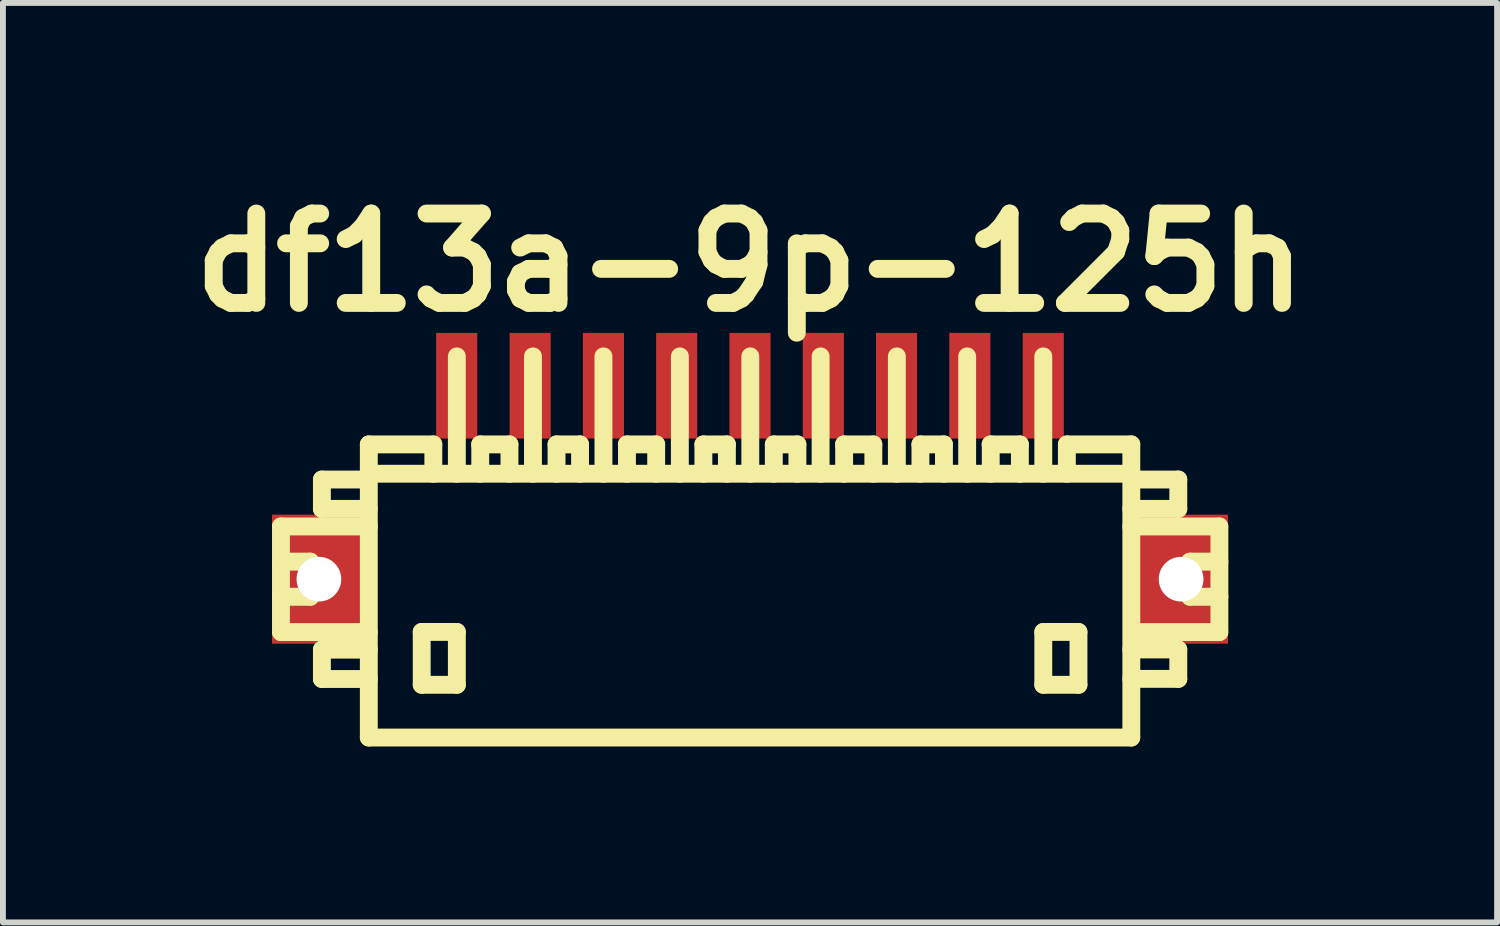
<source format=kicad_pcb>
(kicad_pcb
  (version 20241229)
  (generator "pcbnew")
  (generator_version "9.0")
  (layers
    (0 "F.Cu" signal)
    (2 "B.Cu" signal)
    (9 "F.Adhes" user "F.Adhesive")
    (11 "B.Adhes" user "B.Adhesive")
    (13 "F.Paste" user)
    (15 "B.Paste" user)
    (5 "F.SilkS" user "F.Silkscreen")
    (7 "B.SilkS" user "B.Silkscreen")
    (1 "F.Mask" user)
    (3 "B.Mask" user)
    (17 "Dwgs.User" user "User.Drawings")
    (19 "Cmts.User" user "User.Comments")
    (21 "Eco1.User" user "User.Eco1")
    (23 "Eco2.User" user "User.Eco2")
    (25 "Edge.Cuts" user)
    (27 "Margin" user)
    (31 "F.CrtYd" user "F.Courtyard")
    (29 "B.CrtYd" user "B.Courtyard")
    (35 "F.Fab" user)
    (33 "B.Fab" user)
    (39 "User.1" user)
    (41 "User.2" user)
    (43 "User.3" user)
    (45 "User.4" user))
  (footprint "df13a-9p-125h"
    (layer "F.Cu")
    (at 9.739 7.027)
    (property "Reference" "df13a-9p-125h" (at 0 -5.601 0) (layer "F.SilkS") (effects (font (size 1.524 1.524) (thickness 0.305))))
    (attr through_hole)
    (fp_line (start -7.998 -1.1) (end -7.998 0.701) (stroke (width 0.305) (type solid)) (layer "F.SilkS"))
    (fp_line (start -7.998 0.701) (end -6.5 0.701) (stroke (width 0.305) (type solid)) (layer "F.SilkS"))
    (fp_line (start -7.498 -0.5) (end -7.998 -0.5) (stroke (width 0.305) (type solid)) (layer "F.SilkS"))
    (fp_line (start -7.498 0.099) (end -7.998 0.099) (stroke (width 0.305) (type solid)) (layer "F.SilkS"))
    (fp_line (start -7.498 0.099) (end -7.498 -0.5) (stroke (width 0.305) (type solid)) (layer "F.SilkS"))
    (fp_line (start -7.3 -1.9) (end -7.3 -1.4) (stroke (width 0.305) (type solid)) (layer "F.SilkS"))
    (fp_line (start -7.3 -1.9) (end -6.5 -1.9) (stroke (width 0.305) (type solid)) (layer "F.SilkS"))
    (fp_line (start -7.3 1.001) (end -7.3 1.501) (stroke (width 0.305) (type solid)) (layer "F.SilkS"))
    (fp_line (start -7.3 1.501) (end -6.5 1.501) (stroke (width 0.305) (type solid)) (layer "F.SilkS"))
    (fp_line (start -6.5 -1.999) (end 6.5 -1.999) (stroke (width 0.305) (type solid)) (layer "F.SilkS"))
    (fp_line (start -6.5 -1.4) (end -7.3 -1.4) (stroke (width 0.305) (type solid)) (layer "F.SilkS"))
    (fp_line (start -6.5 -1.1) (end -7.998 -1.1) (stroke (width 0.305) (type solid)) (layer "F.SilkS"))
    (fp_line (start -6.5 1.001) (end -7.3 1.001) (stroke (width 0.305) (type solid)) (layer "F.SilkS"))
    (fp_line (start -6.5 2.499) (end -6.5 -2.499) (stroke (width 0.305) (type solid)) (layer "F.SilkS"))
    (fp_line (start -5.598 0.699) (end -5.598 1.6) (stroke (width 0.305) (type solid)) (layer "F.SilkS"))
    (fp_line (start -5.598 1.6) (end -4.999 1.6) (stroke (width 0.305) (type solid)) (layer "F.SilkS"))
    (fp_line (start -5.4 -2.499) (end -6.5 -2.499) (stroke (width 0.305) (type solid)) (layer "F.SilkS"))
    (fp_line (start -5.4 -2.499) (end -5.4 -1.999) (stroke (width 0.305) (type solid)) (layer "F.SilkS"))
    (fp_line (start -4.999 -4) (end -4.999 -1.999) (stroke (width 0.305) (type solid)) (layer "F.SilkS"))
    (fp_line (start -4.999 0.699) (end -5.598 0.699) (stroke (width 0.305) (type solid)) (layer "F.SilkS"))
    (fp_line (start -4.999 1.6) (end -4.999 0.699) (stroke (width 0.305) (type solid)) (layer "F.SilkS"))
    (fp_line (start -4.602 -2.499) (end -4.102 -2.499) (stroke (width 0.305) (type solid)) (layer "F.SilkS"))
    (fp_line (start -4.6 -1.999) (end -4.6 -2.499) (stroke (width 0.305) (type solid)) (layer "F.SilkS"))
    (fp_line (start -4.102 -2.499) (end -4.102 -1.999) (stroke (width 0.305) (type solid)) (layer "F.SilkS"))
    (fp_line (start -3.701 -1.999) (end -3.701 -4) (stroke (width 0.305) (type solid)) (layer "F.SilkS"))
    (fp_line (start -3.299 -2.499) (end -3.299 -1.999) (stroke (width 0.305) (type solid)) (layer "F.SilkS"))
    (fp_line (start -2.898 -2.499) (end -3.299 -2.499) (stroke (width 0.305) (type solid)) (layer "F.SilkS"))
    (fp_line (start -2.898 -2.499) (end -2.898 -1.999) (stroke (width 0.305) (type solid)) (layer "F.SilkS"))
    (fp_line (start -2.499 -1.999) (end -2.499 -4) (stroke (width 0.305) (type solid)) (layer "F.SilkS"))
    (fp_line (start -2.101 -2.499) (end -1.6 -2.499) (stroke (width 0.305) (type solid)) (layer "F.SilkS"))
    (fp_line (start -2.098 -1.999) (end -2.098 -2.499) (stroke (width 0.305) (type solid)) (layer "F.SilkS"))
    (fp_line (start -1.6 -2.499) (end -1.6 -1.999) (stroke (width 0.305) (type solid)) (layer "F.SilkS"))
    (fp_line (start -1.196 -1.999) (end -1.196 -4) (stroke (width 0.305) (type solid)) (layer "F.SilkS"))
    (fp_line (start -0.795 -2.499) (end -0.795 -1.999) (stroke (width 0.305) (type solid)) (layer "F.SilkS"))
    (fp_line (start -0.394 -2.499) (end -0.795 -2.499) (stroke (width 0.305) (type solid)) (layer "F.SilkS"))
    (fp_line (start -0.394 -2.499) (end -0.394 -1.999) (stroke (width 0.305) (type solid)) (layer "F.SilkS"))
    (fp_line (start 0.005 -1.999) (end 0.005 -4) (stroke (width 0.305) (type solid)) (layer "F.SilkS"))
    (fp_line (start 0.406 -2.499) (end 0.406 -1.999) (stroke (width 0.305) (type solid)) (layer "F.SilkS"))
    (fp_line (start 0.808 -2.499) (end 0.406 -2.499) (stroke (width 0.305) (type solid)) (layer "F.SilkS"))
    (fp_line (start 0.808 -2.499) (end 0.808 -1.999) (stroke (width 0.305) (type solid)) (layer "F.SilkS"))
    (fp_line (start 1.204 -1.999) (end 1.204 -4) (stroke (width 0.305) (type solid)) (layer "F.SilkS"))
    (fp_line (start 1.603 -2.499) (end 2.103 -2.499) (stroke (width 0.305) (type solid)) (layer "F.SilkS"))
    (fp_line (start 1.605 -1.999) (end 1.605 -2.499) (stroke (width 0.305) (type solid)) (layer "F.SilkS"))
    (fp_line (start 2.103 -2.499) (end 2.103 -1.999) (stroke (width 0.305) (type solid)) (layer "F.SilkS"))
    (fp_line (start 2.504 -1.999) (end 2.504 -4) (stroke (width 0.305) (type solid)) (layer "F.SilkS"))
    (fp_line (start 2.906 -2.499) (end 2.906 -1.999) (stroke (width 0.305) (type solid)) (layer "F.SilkS"))
    (fp_line (start 3.307 -2.499) (end 2.906 -2.499) (stroke (width 0.305) (type solid)) (layer "F.SilkS"))
    (fp_line (start 3.307 -2.499) (end 3.307 -1.999) (stroke (width 0.305) (type solid)) (layer "F.SilkS"))
    (fp_line (start 3.703 -1.999) (end 3.703 -4) (stroke (width 0.305) (type solid)) (layer "F.SilkS"))
    (fp_line (start 4.102 -2.499) (end 4.602 -2.499) (stroke (width 0.305) (type solid)) (layer "F.SilkS"))
    (fp_line (start 4.105 -1.999) (end 4.105 -2.499) (stroke (width 0.305) (type solid)) (layer "F.SilkS"))
    (fp_line (start 4.602 -2.499) (end 4.602 -1.999) (stroke (width 0.305) (type solid)) (layer "F.SilkS"))
    (fp_line (start 5.001 -1.999) (end 5.001 -4) (stroke (width 0.305) (type solid)) (layer "F.SilkS"))
    (fp_line (start 5.001 0.699) (end 5.601 0.699) (stroke (width 0.305) (type solid)) (layer "F.SilkS"))
    (fp_line (start 5.001 1.6) (end 5.001 0.699) (stroke (width 0.305) (type solid)) (layer "F.SilkS"))
    (fp_line (start 5.403 -2.499) (end 5.403 -1.999) (stroke (width 0.305) (type solid)) (layer "F.SilkS"))
    (fp_line (start 5.601 0.699) (end 5.601 1.6) (stroke (width 0.305) (type solid)) (layer "F.SilkS"))
    (fp_line (start 5.601 1.6) (end 5.001 1.6) (stroke (width 0.305) (type solid)) (layer "F.SilkS"))
    (fp_line (start 6.5 2.499) (end -6.5 2.499) (stroke (width 0.305) (type solid)) (layer "F.SilkS"))
    (fp_line (start 6.502 -2.499) (end 5.403 -2.499) (stroke (width 0.305) (type solid)) (layer "F.SilkS"))
    (fp_line (start 6.502 -2.499) (end 6.502 2.499) (stroke (width 0.305) (type solid)) (layer "F.SilkS"))
    (fp_line (start 6.502 -1.9) (end 7.303 -1.9) (stroke (width 0.305) (type solid)) (layer "F.SilkS"))
    (fp_line (start 6.502 0.998) (end 7.303 0.998) (stroke (width 0.305) (type solid)) (layer "F.SilkS"))
    (fp_line (start 7.303 -1.9) (end 7.303 -1.4) (stroke (width 0.305) (type solid)) (layer "F.SilkS"))
    (fp_line (start 7.303 -1.4) (end 6.502 -1.4) (stroke (width 0.305) (type solid)) (layer "F.SilkS"))
    (fp_line (start 7.303 0.998) (end 7.303 1.499) (stroke (width 0.305) (type solid)) (layer "F.SilkS"))
    (fp_line (start 7.303 1.499) (end 6.502 1.499) (stroke (width 0.305) (type solid)) (layer "F.SilkS"))
    (fp_line (start 7.503 0.099) (end 7.503 -0.5) (stroke (width 0.305) (type solid)) (layer "F.SilkS"))
    (fp_line (start 8.001 -1.1) (end 6.502 -1.1) (stroke (width 0.305) (type solid)) (layer "F.SilkS"))
    (fp_line (start 8.001 0.701) (end 6.601 0.701) (stroke (width 0.305) (type solid)) (layer "F.SilkS"))
    (fp_line (start 8.004 -1.1) (end 8.004 0.701) (stroke (width 0.305) (type solid)) (layer "F.SilkS"))
    (fp_line (start 8.004 -0.5) (end 7.503 -0.5) (stroke (width 0.305) (type solid)) (layer "F.SilkS"))
    (fp_line (start 8.004 0.099) (end 7.503 0.099) (stroke (width 0.305) (type solid)) (layer "F.SilkS"))
    (pad "" np_thru_hole rect (at -7.351 -0.201) (size 1.6 2.2) (drill 0.762) (layers "F.Cu" "F.Mask" "F.Paste"))
    (pad "" np_thru_hole rect (at 7.351 -0.201) (size 1.6 2.2) (drill 0.762) (layers "F.Cu" "F.Mask" "F.Paste"))
    (pad "1" smd rect (at 5.001 -3.5) (size 0.701 1.801) (layers "F.Cu" "F.Mask" "F.Paste"))
    (pad "2" smd rect (at 3.749 -3.5) (size 0.701 1.801) (layers "F.Cu" "F.Mask" "F.Paste"))
    (pad "3" smd rect (at 2.499 -3.5) (size 0.701 1.801) (layers "F.Cu" "F.Mask" "F.Paste"))
    (pad "4" smd rect (at 1.25 -3.5) (size 0.701 1.801) (layers "F.Cu" "F.Mask" "F.Paste"))
    (pad "5" smd rect (at 0 -3.5) (size 0.701 1.801) (layers "F.Cu" "F.Mask" "F.Paste"))
    (pad "6" smd rect (at -1.25 -3.5) (size 0.701 1.801) (layers "F.Cu" "F.Mask" "F.Paste"))
    (pad "7" smd rect (at -2.499 -3.5) (size 0.701 1.801) (layers "F.Cu" "F.Mask" "F.Paste"))
    (pad "8" smd rect (at -3.749 -3.5) (size 0.701 1.801) (layers "F.Cu" "F.Mask" "F.Paste"))
    (pad "9" smd rect (at -5.001 -3.5) (size 0.701 1.801) (layers "F.Cu" "F.Mask" "F.Paste")))
  (gr_rect
    (start -3 -3)
    (end 22.478 12.679)
    (stroke (width 0.1) (type default))
    (fill no)
    (layer "Edge.Cuts")))
</source>
